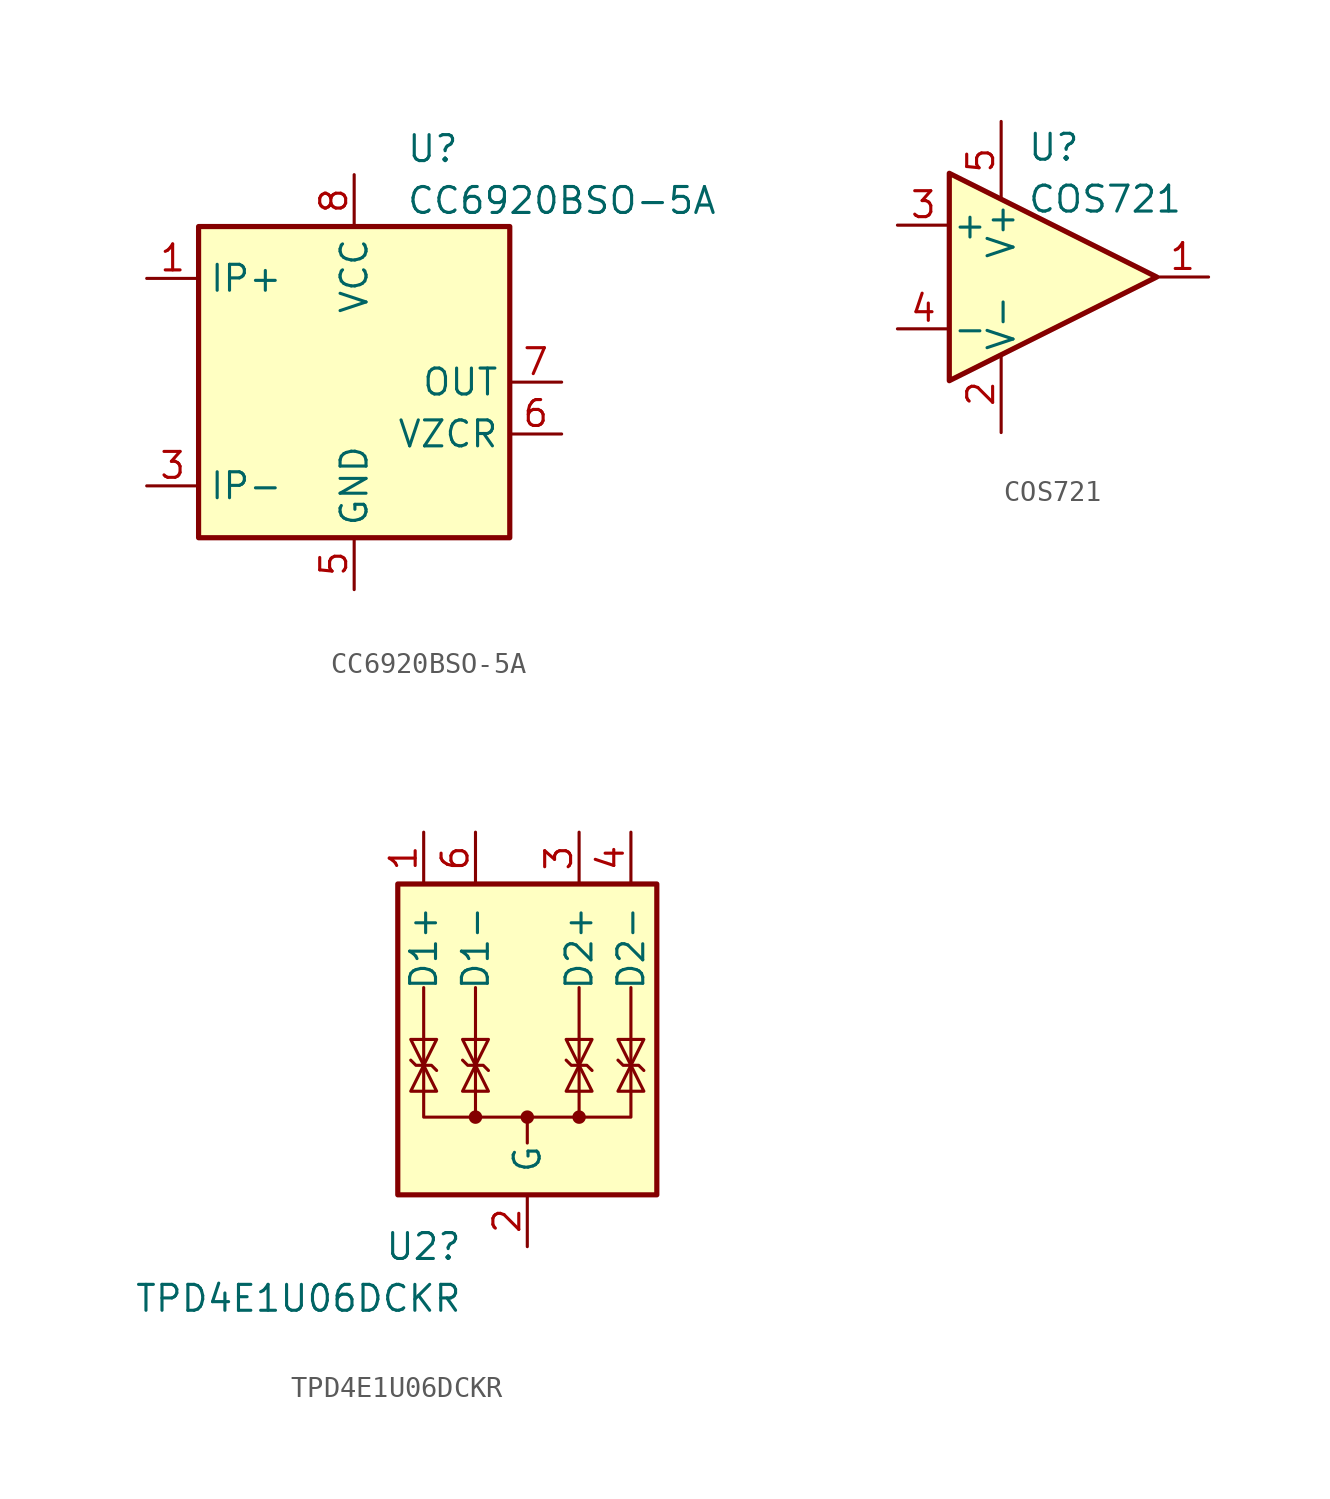
<source format=kicad_sym>
(kicad_symbol_lib
  (version 20231120)
  (generator "kicad_symbol_editor")
  (generator_version "8.0")
  (symbol "CC6920BSO-5A"
    (property "Reference" "U"
      (at 2.54 11.43 0)
      (effects (font (size 1.27 1.27)) (justify left)))
    (property "Value" "CC6920BSO-5A"
      (at 2.54 8.89 0)
      (effects (font (size 1.27 1.27)) (justify left)))
    (symbol "CC6920BSO-5A_0_1"
      (rectangle (start -7.62 7.62) (end 7.62 -7.62) (stroke (width 0.254) (type default)) (fill (type background))))
    (symbol "CC6920BSO-5A_1_1"
      (pin passive line (at -10.16 5.08 0) (length 2.54) (name "IP+" (effects (font (size 1.27 1.27)))) (number "1" (effects (font (size 1.27 1.27)))))
      (pin passive line (at -10.16 5.08 0) (length 2.54) hide (name "IP+" (effects (font (size 1.27 1.27)))) (number "2" (effects (font (size 1.27 1.27)))))
      (pin passive line (at -10.16 -5.08 0) (length 2.54) (name "IP-" (effects (font (size 1.27 1.27)))) (number "3" (effects (font (size 1.27 1.27)))))
      (pin passive line (at -10.16 -5.08 0) (length 2.54) hide (name "IP-" (effects (font (size 1.27 1.27)))) (number "4" (effects (font (size 1.27 1.27)))))
      (pin power_in line (at 0 -10.16 90) (length 2.54) (name "GND" (effects (font (size 1.27 1.27)))) (number "5" (effects (font (size 1.27 1.27)))))
      (pin passive line (at 10.16 -2.54 180) (length 2.54) (name "VZCR" (effects (font (size 1.27 1.27)))) (number "6" (effects (font (size 1.27 1.27)))))
      (pin output line (at 10.16 0 180) (length 2.54) (name "OUT" (effects (font (size 1.27 1.27)))) (number "7" (effects (font (size 1.27 1.27)))))
      (pin power_in line (at 0 10.16 270) (length 2.54) (name "VCC" (effects (font (size 1.27 1.27)))) (number "8" (effects (font (size 1.27 1.27)))))))
  (symbol "COS721"
    (pin_names
      (offset 0.127))
    (property "Reference" "U"
      (at -1.27 6.35 0)
      (effects (font (size 1.27 1.27)) (justify left)))
    (property "Value" "COS721"
      (at -1.27 3.81 0)
      (effects (font (size 1.27 1.27)) (justify left)))
    (symbol "COS721_0_1"
      (polyline (pts (xy -5.08 5.08) (xy 5.08 0) (xy -5.08 -5.08) (xy -5.08 5.08)) (stroke (width 0.254) (type default)) (fill (type background)))
      (pin power_in line (at -2.54 -7.62 90) (length 3.81) (name "V-" (effects (font (size 1.27 1.27)))) (number "2" (effects (font (size 1.27 1.27)))))
      (pin power_in line (at -2.54 7.62 270) (length 3.81) (name "V+" (effects (font (size 1.27 1.27)))) (number "5" (effects (font (size 1.27 1.27))))))
    (symbol "COS721_1_1"
      (pin output line (at 7.62 0 180) (length 2.54) (name "~" (effects (font (size 1.27 1.27)))) (number "1" (effects (font (size 1.27 1.27)))))
      (pin input line (at -7.62 2.54 0) (length 2.54) (name "+" (effects (font (size 1.27 1.27)))) (number "3" (effects (font (size 1.27 1.27)))))
      (pin input line (at -7.62 -2.54 0) (length 2.54) (name "-" (effects (font (size 1.27 1.27)))) (number "4" (effects (font (size 1.27 1.27)))))))
  (symbol "TPD4E1U06DCKR"
    (pin_names
      (offset 1.016))
    (property "Reference" "U2"
      (at -3.175 -8.89 0)
      (effects (font (size 1.27 1.27)) (justify right)))
    (property "Value" "TPD4E1U06DCKR"
      (at -3.175 -11.43 0)
      (effects (font (size 1.27 1.27)) (justify right)))
    (symbol "TPD4E1U06DCKR_1_1"
      (rectangle (start -6.35 8.89) (end 6.35 -6.35) (stroke (width 0.254) (type default)) (fill (type background)))
      (circle (center -2.54 -2.54) (radius 0.254) (stroke (width 0) (type default)) (fill (type outline)))
      (circle (center 0 -2.54) (radius 0.254) (stroke (width 0) (type default)) (fill (type outline)))
      (polyline (pts (xy -2.54 3.81) (xy -2.54 -2.54)) (stroke (width 0) (type default)) (fill (type none)))
      (polyline (pts (xy 0 -2.54) (xy 0 -3.81)) (stroke (width 0) (type default)) (fill (type none)))
      (polyline (pts (xy 2.54 3.81) (xy 2.54 -2.54)) (stroke (width 0) (type default)) (fill (type none)))
      (polyline (pts (xy -5.715 0.254) (xy -5.461 0) (xy -4.699 0) (xy -4.445 -0.254)) (stroke (width 0) (type default)) (fill (type none)))
      (polyline (pts (xy -5.08 0) (xy -5.715 1.27) (xy -4.445 1.27) (xy -5.08 0)) (stroke (width 0) (type default)) (fill (type none)))
      (polyline (pts (xy -5.08 3.81) (xy -5.08 -2.54) (xy 5.08 -2.54) (xy 5.08 3.81)) (stroke (width 0) (type default)) (fill (type none)))
      (polyline (pts (xy -4.445 -1.27) (xy -5.715 -1.27) (xy -5.08 0) (xy -4.445 -1.27)) (stroke (width 0) (type default)) (fill (type none)))
      (polyline (pts (xy -3.175 0.254) (xy -2.921 0) (xy -2.159 0) (xy -1.905 -0.254)) (stroke (width 0) (type default)) (fill (type none)))
      (polyline (pts (xy -2.54 0) (xy -3.175 1.27) (xy -1.905 1.27) (xy -2.54 0)) (stroke (width 0) (type default)) (fill (type none)))
      (polyline (pts (xy -2.54 0) (xy -1.905 -1.27) (xy -3.175 -1.27) (xy -2.54 0)) (stroke (width 0) (type default)) (fill (type none)))
      (polyline (pts (xy 1.905 0.254) (xy 2.159 0) (xy 2.921 0) (xy 3.175 -0.254)) (stroke (width 0) (type default)) (fill (type none)))
      (polyline (pts (xy 2.54 0) (xy 1.905 -1.27) (xy 3.175 -1.27) (xy 2.54 0)) (stroke (width 0) (type default)) (fill (type none)))
      (polyline (pts (xy 2.54 0) (xy 1.905 1.27) (xy 3.175 1.27) (xy 2.54 0)) (stroke (width 0) (type default)) (fill (type none)))
      (polyline (pts (xy 4.445 0.254) (xy 4.699 0) (xy 5.461 0) (xy 5.715 -0.254)) (stroke (width 0) (type default)) (fill (type none)))
      (polyline (pts (xy 5.08 0) (xy 4.445 -1.27) (xy 5.715 -1.27) (xy 5.08 0)) (stroke (width 0) (type default)) (fill (type none)))
      (polyline (pts (xy 5.08 0) (xy 4.445 1.27) (xy 5.715 1.27) (xy 5.08 0)) (stroke (width 0) (type default)) (fill (type none)))
      (circle (center 2.54 -2.54) (radius 0.254) (stroke (width 0) (type default)) (fill (type outline)))
      (pin passive line (at -5.08 11.43 270) (length 2.54) (name "D1+" (effects (font (size 1.27 1.27)))) (number "1" (effects (font (size 1.27 1.27)))))
      (pin passive line (at 0 -8.89 90) (length 2.54) (name "G" (effects (font (size 1.27 1.27)))) (number "2" (effects (font (size 1.27 1.27)))))
      (pin passive line (at 2.54 11.43 270) (length 2.54) (name "D2+" (effects (font (size 1.27 1.27)))) (number "3" (effects (font (size 1.27 1.27)))))
      (pin passive line (at 5.08 11.43 270) (length 2.54) (name "D2-" (effects (font (size 1.27 1.27)))) (number "4" (effects (font (size 1.27 1.27)))))
      (pin passive line (at -2.54 11.43 270) (length 2.54) (name "D1-" (effects (font (size 1.27 1.27)))) (number "6" (effects (font (size 1.27 1.27))))))))
</source>
